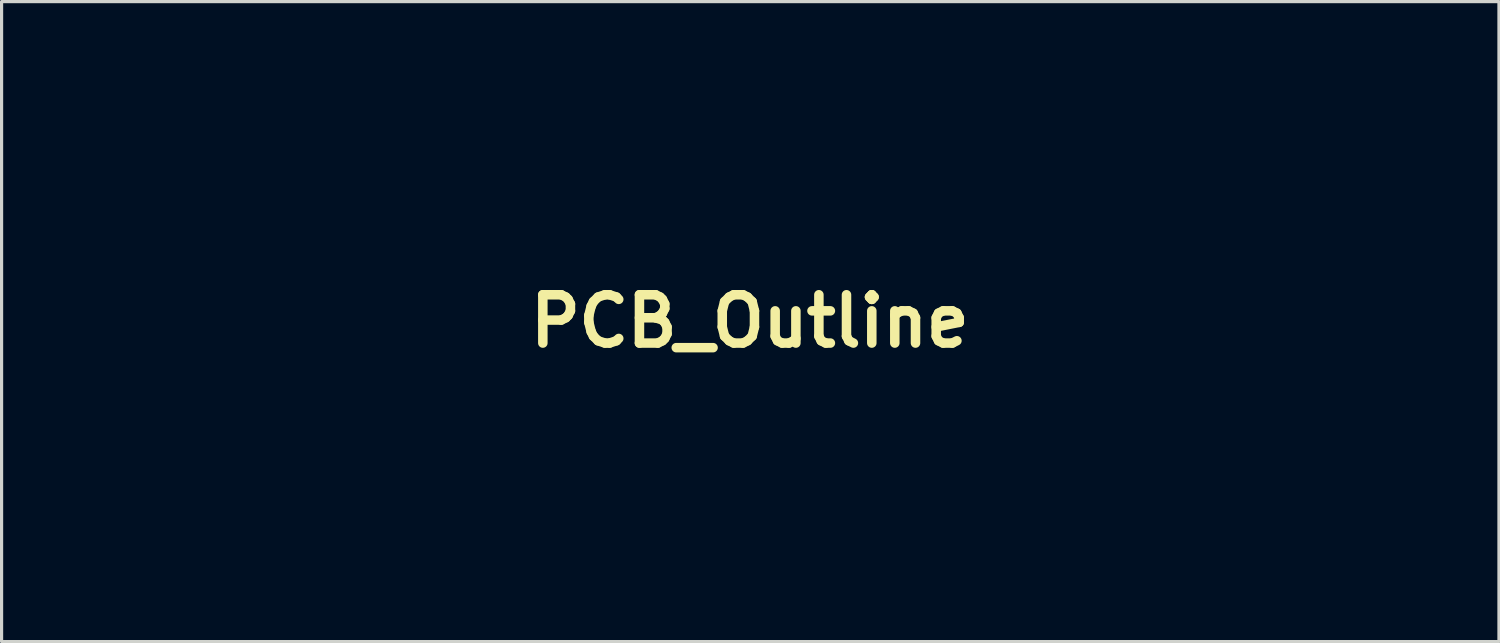
<source format=kicad_pcb>
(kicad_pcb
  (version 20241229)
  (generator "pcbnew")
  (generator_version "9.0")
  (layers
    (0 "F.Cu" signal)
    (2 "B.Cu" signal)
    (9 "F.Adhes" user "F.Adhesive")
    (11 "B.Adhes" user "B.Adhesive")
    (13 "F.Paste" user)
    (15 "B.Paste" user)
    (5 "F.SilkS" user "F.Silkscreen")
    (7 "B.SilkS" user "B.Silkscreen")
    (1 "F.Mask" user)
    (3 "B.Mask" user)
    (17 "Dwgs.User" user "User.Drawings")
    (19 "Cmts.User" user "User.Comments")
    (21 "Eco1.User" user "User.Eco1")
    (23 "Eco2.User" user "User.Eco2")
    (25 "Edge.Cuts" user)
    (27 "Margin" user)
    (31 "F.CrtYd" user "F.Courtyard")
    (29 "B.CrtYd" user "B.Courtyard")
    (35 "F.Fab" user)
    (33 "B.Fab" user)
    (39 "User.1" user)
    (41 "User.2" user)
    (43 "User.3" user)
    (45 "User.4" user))
  (footprint "PCB_Outline"
    (layer "F.Cu")
    (at 20.606 7.083)
    (property "Reference" "PCB_Outline" (at 0 0 0) (layer "F.SilkS") (effects (font (size 1.524 1.524) (thickness 0.3))))
    (attr through_hole)
    (fp_poly (pts (xy 11.119 -7.071) (xy 12.033 -7.065) (xy 12.04 -4.841) (xy 12.046 -2.618) (xy 14.009 -2.618) (xy 14.009 -7.077) (xy 15.827 -7.077) (xy 15.827 -2.618) (xy 17.814 -2.618) (xy 17.814 -7.077) (xy 20.625 -7.077) (xy 20.625 -3.114) (xy 20.466 -3.068) (xy 20.273 -2.991) (xy 20.087 -2.874) (xy 19.922 -2.726) (xy 19.919 -2.723) (xy 19.8 -2.581) (xy 19.711 -2.44) (xy 19.641 -2.281) (xy 19.62 -2.22) (xy 19.594 -2.137) (xy 19.576 -2.061) (xy 19.566 -1.978) (xy 19.561 -1.876) (xy 19.559 -1.741) (xy 19.559 -1.716) (xy 19.563 -1.514) (xy 19.577 -1.355) (xy 19.596 -1.249) (xy 19.673 -1.039) (xy 19.789 -0.842) (xy 19.936 -0.664) (xy 20.108 -0.513) (xy 20.297 -0.395) (xy 20.496 -0.318) (xy 20.51 -0.314) (xy 20.625 -0.285) (xy 20.625 6.982) (xy 20.561 7.042) (xy 20.497 7.101) (xy 4.401 7.101) (xy 3.313 7.1) (xy 2.271 7.1) (xy 1.276 7.1) (xy 0.327 7.1) (xy -0.578 7.1) (xy -1.439 7.1) (xy -2.257 7.099) (xy -3.033 7.099) (xy -3.769 7.099) (xy -4.465 7.098) (xy -5.122 7.098) (xy -5.741 7.097) (xy -6.324 7.097) (xy -6.87 7.096) (xy -7.381 7.096) (xy -7.858 7.095) (xy -8.302 7.094) (xy -8.714 7.094) (xy -9.095 7.093) (xy -9.446 7.092) (xy -9.767 7.091) (xy -10.06 7.09) (xy -10.326 7.089) (xy -10.565 7.087) (xy -10.779 7.086) (xy -10.969 7.085) (xy -11.135 7.083) (xy -11.279 7.082) (xy -11.401 7.08) (xy -11.502 7.079) (xy -11.584 7.077) (xy -11.647 7.075) (xy -11.693 7.073) (xy -11.721 7.071) (xy -11.734 7.069) (xy -11.735 7.069) (xy -11.753 7.047) (xy -11.799 6.989) (xy -11.873 6.895) (xy -11.972 6.767) (xy -12.096 6.606) (xy -12.244 6.415) (xy -12.415 6.194) (xy -12.607 5.945) (xy -12.819 5.67) (xy -13.051 5.37) (xy -13.3 5.046) (xy -13.566 4.7) (xy -13.848 4.334) (xy -13.974 4.17) (xy -0.138 4.17) (xy -0.106 4.307) (xy -0.041 4.431) (xy 0.055 4.533) (xy 0.158 4.595) (xy 0.255 4.621) (xy 0.376 4.628) (xy 0.499 4.619) (xy 0.604 4.592) (xy 0.627 4.582) (xy 0.754 4.493) (xy 0.845 4.38) (xy 0.9 4.251) (xy 0.919 4.113) (xy 0.911 4.047) (xy 2.155 4.047) (xy 2.156 4.197) (xy 2.192 4.326) (xy 2.267 4.458) (xy 2.368 4.55) (xy 2.497 4.605) (xy 2.657 4.624) (xy 2.707 4.623) (xy 2.808 4.616) (xy 2.881 4.601) (xy 2.942 4.571) (xy 2.984 4.544) (xy 3.059 4.476) (xy 3.126 4.393) (xy 3.145 4.363) (xy 3.177 4.294) (xy 3.193 4.228) (xy 3.195 4.173) (xy 4.444 4.173) (xy 4.483 4.323) (xy 4.558 4.453) (xy 4.664 4.553) (xy 4.738 4.595) (xy 4.821 4.617) (xy 4.93 4.627) (xy 5.046 4.624) (xy 5.147 4.61) (xy 5.193 4.596) (xy 5.315 4.521) (xy 5.407 4.414) (xy 5.468 4.286) (xy 5.496 4.146) (xy 5.494 4.108) (xy 6.75 4.108) (xy 6.751 4.211) (xy 6.759 4.282) (xy 6.775 4.335) (xy 6.804 4.386) (xy 6.823 4.413) (xy 6.925 4.519) (xy 7.055 4.591) (xy 7.201 4.628) (xy 7.352 4.627) (xy 7.499 4.584) (xy 7.501 4.583) (xy 7.622 4.504) (xy 7.71 4.396) (xy 7.765 4.269) (xy 7.787 4.131) (xy 7.785 4.104) (xy 9.018 4.104) (xy 9.035 4.243) (xy 9.089 4.375) (xy 9.179 4.491) (xy 9.304 4.582) (xy 9.366 4.609) (xy 9.438 4.622) (xy 9.537 4.624) (xy 9.576 4.623) (xy 9.679 4.617) (xy 9.751 4.604) (xy 9.811 4.579) (xy 9.86 4.548) (xy 9.966 4.446) (xy 10.038 4.322) (xy 10.074 4.182) (xy 10.074 4.038) (xy 10.04 3.899) (xy 9.969 3.773) (xy 9.864 3.671) (xy 9.86 3.669) (xy 9.747 3.616) (xy 9.612 3.589) (xy 9.472 3.589) (xy 9.346 3.618) (xy 9.314 3.632) (xy 9.186 3.721) (xy 9.094 3.835) (xy 9.038 3.965) (xy 9.018 4.104) (xy 7.785 4.104) (xy 7.775 3.991) (xy 7.728 3.858) (xy 7.646 3.741) (xy 7.566 3.672) (xy 7.499 3.631) (xy 7.433 3.608) (xy 7.349 3.595) (xy 7.288 3.592) (xy 7.186 3.59) (xy 7.112 3.598) (xy 7.047 3.62) (xy 7.004 3.642) (xy 6.922 3.699) (xy 6.845 3.774) (xy 6.823 3.803) (xy 6.786 3.859) (xy 6.765 3.909) (xy 6.754 3.97) (xy 6.75 4.056) (xy 6.75 4.108) (xy 5.494 4.108) (xy 5.488 4.004) (xy 5.444 3.869) (xy 5.376 3.767) (xy 5.262 3.666) (xy 5.131 3.607) (xy 4.977 3.587) (xy 4.969 3.587) (xy 4.809 3.609) (xy 4.671 3.67) (xy 4.561 3.764) (xy 4.484 3.887) (xy 4.444 4.032) (xy 4.444 4.173) (xy 3.195 4.173) (xy 3.197 4.145) (xy 3.195 4.079) (xy 3.186 3.977) (xy 3.17 3.904) (xy 3.14 3.841) (xy 3.114 3.802) (xy 3.046 3.727) (xy 2.963 3.66) (xy 2.933 3.642) (xy 2.864 3.61) (xy 2.798 3.593) (xy 2.715 3.589) (xy 2.649 3.592) (xy 2.547 3.6) (xy 2.473 3.617) (xy 2.409 3.648) (xy 2.371 3.672) (xy 2.266 3.773) (xy 2.193 3.902) (xy 2.155 4.047) (xy 0.911 4.047) (xy 0.902 3.975) (xy 0.848 3.844) (xy 0.759 3.729) (xy 0.634 3.638) (xy 0.623 3.632) (xy 0.504 3.594) (xy 0.366 3.586) (xy 0.227 3.605) (xy 0.106 3.651) (xy 0.077 3.669) (xy -0.03 3.769) (xy -0.1 3.892) (xy -0.136 4.029) (xy -0.138 4.17) (xy -13.974 4.17) (xy -14.144 3.949) (xy -14.453 3.546) (xy -14.775 3.128) (xy -15.108 2.695) (xy -15.235 2.529) (xy -14.032 2.529) (xy -14.03 2.663) (xy -14.026 2.789) (xy -14.018 2.894) (xy -14.01 2.966) (xy -14.008 2.976) (xy -13.94 3.174) (xy -13.831 3.366) (xy -13.69 3.544) (xy -13.525 3.698) (xy -13.343 3.818) (xy -13.304 3.838) (xy -13.1 3.92) (xy -12.908 3.961) (xy -12.715 3.964) (xy -12.552 3.94) (xy -12.325 3.868) (xy -12.116 3.753) (xy -11.929 3.6) (xy -11.768 3.413) (xy -11.639 3.197) (xy -11.587 3.078) (xy -11.564 3.014) (xy -11.548 2.956) (xy -11.537 2.892) (xy -11.53 2.813) (xy -11.528 2.709) (xy -11.527 2.568) (xy -11.527 2.533) (xy -11.528 2.38) (xy -11.531 2.266) (xy -11.537 2.179) (xy -11.546 2.121) (xy -8.409 2.121) (xy -8.39 2.351) (xy -8.333 2.557) (xy -8.233 2.745) (xy -8.102 2.91) (xy -7.996 3.006) (xy -7.869 3.096) (xy -7.735 3.17) (xy -7.609 3.219) (xy -7.562 3.23) (xy -7.438 3.243) (xy -7.293 3.245) (xy -7.145 3.237) (xy -7.011 3.22) (xy -6.934 3.202) (xy -6.727 3.113) (xy -6.547 2.989) (xy -6.398 2.833) (xy -6.282 2.651) (xy -6.201 2.45) (xy -6.16 2.235) (xy -6.161 2.119) (xy -1.287 2.119) (xy -1.274 2.256) (xy -1.229 2.385) (xy -1.15 2.497) (xy -1.038 2.583) (xy -1.03 2.587) (xy -0.903 2.642) (xy -0.787 2.662) (xy -0.663 2.649) (xy -0.588 2.629) (xy -0.458 2.567) (xy -0.351 2.467) (xy -0.273 2.339) (xy -0.242 2.24) (xy -0.235 2.142) (xy 1.003 2.142) (xy 1.022 2.285) (xy 1.064 2.391) (xy 1.158 2.511) (xy 1.281 2.597) (xy 1.422 2.646) (xy 1.573 2.656) (xy 1.725 2.623) (xy 1.79 2.595) (xy 1.907 2.51) (xy 1.992 2.398) (xy 2.043 2.267) (xy 2.053 2.178) (xy 3.301 2.178) (xy 3.332 2.335) (xy 3.403 2.463) (xy 3.513 2.563) (xy 3.654 2.632) (xy 3.752 2.658) (xy 3.845 2.661) (xy 3.953 2.641) (xy 3.99 2.63) (xy 4.124 2.568) (xy 4.228 2.474) (xy 4.302 2.358) (xy 4.343 2.227) (xy 4.351 2.094) (xy 5.585 2.094) (xy 5.599 2.252) (xy 5.609 2.286) (xy 5.671 2.423) (xy 5.768 2.532) (xy 5.889 2.608) (xy 6.027 2.65) (xy 6.174 2.654) (xy 6.321 2.617) (xy 6.381 2.588) (xy 6.497 2.498) (xy 6.58 2.382) (xy 6.628 2.248) (xy 6.641 2.107) (xy 7.88 2.107) (xy 7.89 2.247) (xy 7.933 2.378) (xy 8.006 2.491) (xy 8.111 2.577) (xy 8.126 2.585) (xy 8.254 2.64) (xy 8.368 2.662) (xy 8.487 2.651) (xy 8.569 2.63) (xy 8.714 2.565) (xy 8.823 2.468) (xy 8.895 2.34) (xy 8.924 2.203) (xy 16.596 2.203) (xy 16.632 2.426) (xy 16.71 2.633) (xy 16.827 2.82) (xy 16.98 2.982) (xy 17.164 3.113) (xy 17.365 3.204) (xy 17.495 3.234) (xy 17.653 3.247) (xy 17.822 3.244) (xy 17.983 3.224) (xy 18.088 3.199) (xy 18.287 3.113) (xy 18.464 2.987) (xy 18.613 2.828) (xy 18.73 2.641) (xy 18.81 2.431) (xy 18.84 2.287) (xy 18.85 2.058) (xy 18.815 1.839) (xy 18.738 1.634) (xy 18.624 1.448) (xy 18.475 1.287) (xy 18.296 1.156) (xy 18.089 1.06) (xy 17.995 1.031) (xy 17.782 1) (xy 17.563 1.011) (xy 17.347 1.063) (xy 17.144 1.152) (xy 16.964 1.276) (xy 16.932 1.304) (xy 16.815 1.441) (xy 16.717 1.61) (xy 16.643 1.797) (xy 16.605 1.971) (xy 16.596 2.203) (xy 8.924 2.203) (xy 8.928 2.185) (xy 8.93 2.133) (xy 8.91 1.971) (xy 8.851 1.832) (xy 8.757 1.722) (xy 8.634 1.645) (xy 8.484 1.607) (xy 8.461 1.605) (xy 8.304 1.609) (xy 8.171 1.649) (xy 8.053 1.729) (xy 8.053 1.729) (xy 7.961 1.839) (xy 7.903 1.968) (xy 7.88 2.107) (xy 6.641 2.107) (xy 6.641 2.106) (xy 6.617 1.965) (xy 6.556 1.834) (xy 6.473 1.737) (xy 6.357 1.655) (xy 6.231 1.612) (xy 6.083 1.604) (xy 6.052 1.607) (xy 5.9 1.642) (xy 5.774 1.715) (xy 5.676 1.819) (xy 5.611 1.948) (xy 5.585 2.094) (xy 4.351 2.094) (xy 4.351 2.089) (xy 4.325 1.952) (xy 4.263 1.825) (xy 4.164 1.716) (xy 4.13 1.69) (xy 4.017 1.635) (xy 3.881 1.605) (xy 3.742 1.604) (xy 3.648 1.624) (xy 3.514 1.692) (xy 3.409 1.795) (xy 3.336 1.926) (xy 3.302 2.078) (xy 3.301 2.178) (xy 2.053 2.178) (xy 2.059 2.126) (xy 2.041 1.985) (xy 1.986 1.852) (xy 1.894 1.738) (xy 1.884 1.729) (xy 1.766 1.649) (xy 1.634 1.609) (xy 1.477 1.604) (xy 1.476 1.605) (xy 1.323 1.638) (xy 1.193 1.714) (xy 1.089 1.83) (xy 1.067 1.867) (xy 1.018 1.997) (xy 1.003 2.142) (xy -0.235 2.142) (xy -0.231 2.083) (xy -0.261 1.94) (xy -0.327 1.817) (xy -0.421 1.717) (xy -0.539 1.645) (xy -0.675 1.606) (xy -0.821 1.604) (xy -0.972 1.644) (xy -1.014 1.663) (xy -1.131 1.745) (xy -1.215 1.855) (xy -1.268 1.982) (xy -1.287 2.119) (xy -6.161 2.119) (xy -6.161 2.01) (xy -6.193 1.831) (xy -6.272 1.619) (xy -6.389 1.432) (xy -6.538 1.274) (xy -6.713 1.149) (xy -6.91 1.058) (xy -7.123 1.007) (xy -7.347 0.998) (xy -7.518 1.02) (xy -7.739 1.09) (xy -7.935 1.198) (xy -8.102 1.341) (xy -8.237 1.513) (xy -8.335 1.71) (xy -8.394 1.928) (xy -8.409 2.121) (xy -11.546 2.121) (xy -11.548 2.111) (xy -11.564 2.051) (xy -11.581 2.001) (xy -11.674 1.8) (xy -11.801 1.622) (xy -11.926 1.493) (xy -12.119 1.344) (xy -12.33 1.235) (xy -12.553 1.167) (xy -12.782 1.14) (xy -13.01 1.154) (xy -13.231 1.212) (xy -13.438 1.312) (xy -13.465 1.329) (xy -13.606 1.433) (xy -13.718 1.544) (xy -13.818 1.68) (xy -13.851 1.733) (xy -13.921 1.861) (xy -13.971 1.984) (xy -14.005 2.114) (xy -14.024 2.263) (xy -14.032 2.442) (xy -14.032 2.529) (xy -15.235 2.529) (xy -15.45 2.249) (xy -15.801 1.791) (xy -16.16 1.324) (xy -16.189 1.287) (xy -17.072 0.136) (xy -0.147 0.136) (xy -0.13 0.278) (xy -0.073 0.414) (xy 0.008 0.518) (xy 0.136 0.614) (xy 0.28 0.667) (xy 0.433 0.675) (xy 0.586 0.637) (xy 0.605 0.628) (xy 0.709 0.574) (xy 0.781 0.514) (xy 0.836 0.434) (xy 0.851 0.406) (xy 0.905 0.254) (xy 0.909 0.199) (xy 2.151 0.199) (xy 2.184 0.345) (xy 2.253 0.47) (xy 2.353 0.57) (xy 2.478 0.64) (xy 2.623 0.674) (xy 2.781 0.667) (xy 2.842 0.653) (xy 2.972 0.593) (xy 3.078 0.496) (xy 3.153 0.371) (xy 3.194 0.224) (xy 3.199 0.145) (xy 3.192 0.08) (xy 4.441 0.08) (xy 4.443 0.233) (xy 4.49 0.378) (xy 4.579 0.508) (xy 4.593 0.522) (xy 4.72 0.617) (xy 4.864 0.668) (xy 5.023 0.674) (xy 5.147 0.649) (xy 5.274 0.587) (xy 5.376 0.491) (xy 5.449 0.37) (xy 5.49 0.232) (xy 5.493 0.145) (xy 6.738 0.145) (xy 6.759 0.303) (xy 6.819 0.439) (xy 6.91 0.548) (xy 7.026 0.626) (xy 7.161 0.67) (xy 7.307 0.676) (xy 7.458 0.639) (xy 7.506 0.617) (xy 7.628 0.532) (xy 7.716 0.423) (xy 7.769 0.296) (xy 7.787 0.17) (xy 9.021 0.17) (xy 9.051 0.323) (xy 9.086 0.406) (xy 9.14 0.494) (xy 9.205 0.558) (xy 9.298 0.612) (xy 9.332 0.628) (xy 9.483 0.672) (xy 9.641 0.669) (xy 9.728 0.649) (xy 9.825 0.601) (xy 9.921 0.524) (xy 10.002 0.431) (xy 10.052 0.336) (xy 10.056 0.324) (xy 10.081 0.157) (xy 10.063 0.002) (xy 10.004 -0.135) (xy 9.908 -0.249) (xy 9.782 -0.33) (xy 9.633 -0.379) (xy 9.489 -0.382) (xy 9.343 -0.339) (xy 9.305 -0.321) (xy 9.178 -0.232) (xy 9.087 -0.115) (xy 9.034 0.021) (xy 9.021 0.17) (xy 7.787 0.17) (xy 7.788 0.161) (xy 7.775 0.026) (xy 7.729 -0.103) (xy 7.652 -0.216) (xy 7.544 -0.307) (xy 7.414 -0.364) (xy 7.256 -0.387) (xy 7.107 -0.367) (xy 6.976 -0.307) (xy 6.867 -0.214) (xy 6.788 -0.091) (xy 6.744 0.056) (xy 6.738 0.145) (xy 5.493 0.145) (xy 5.494 0.087) (xy 5.458 -0.056) (xy 5.451 -0.072) (xy 5.399 -0.174) (xy 5.341 -0.244) (xy 5.262 -0.298) (xy 5.199 -0.33) (xy 5.046 -0.379) (xy 4.895 -0.38) (xy 4.742 -0.332) (xy 4.738 -0.33) (xy 4.64 -0.277) (xy 4.571 -0.218) (xy 4.517 -0.138) (xy 4.486 -0.072) (xy 4.441 0.08) (xy 3.192 0.08) (xy 3.184 -0.006) (xy 3.152 -0.094) (xy 3.065 -0.22) (xy 2.955 -0.309) (xy 2.829 -0.364) (xy 2.695 -0.385) (xy 2.561 -0.373) (xy 2.434 -0.329) (xy 2.322 -0.254) (xy 2.232 -0.149) (xy 2.172 -0.016) (xy 2.159 0.037) (xy 2.151 0.199) (xy 0.909 0.199) (xy 0.915 0.101) (xy 0.884 -0.043) (xy 0.813 -0.171) (xy 0.705 -0.276) (xy 0.632 -0.321) (xy 0.483 -0.376) (xy 0.34 -0.384) (xy 0.193 -0.346) (xy 0.155 -0.33) (xy 0.027 -0.246) (xy -0.067 -0.135) (xy -0.125 -0.005) (xy -0.147 0.136) (xy -17.072 0.136) (xy -20.601 -4.464) (xy -20.601 -7.077) (xy -18.396 -7.077) (xy -18.396 -4.993) (xy -16.408 -4.993) (xy -16.408 -7.077) (xy -14.59 -7.077) (xy -14.59 -2.618) (xy -12.603 -2.618) (xy -12.603 -7.077) (xy -10.785 -7.077) (xy -10.785 -2.618) (xy -8.798 -2.618) (xy -8.798 -7.077) (xy -6.98 -7.077) (xy -6.98 -2.618) (xy -4.993 -2.618) (xy -4.993 -7.077) (xy -3.175 -7.077) (xy -3.175 -2.618) (xy -1.188 -2.618) (xy -1.188 -7.077) (xy 0.63 -7.077) (xy 0.63 -2.618) (xy 2.593 -2.618) (xy 2.599 -4.841) (xy 2.605 -7.065) (xy 3.52 -7.071) (xy 4.435 -7.078) (xy 4.435 -2.618) (xy 6.398 -2.618) (xy 6.398 -7.077) (xy 8.24 -7.077) (xy 8.24 -2.618) (xy 10.204 -2.618) (xy 10.204 -7.078) (xy 11.119 -7.071)) (stroke (width 0.01) (type solid)) (fill no) (layer "Eco1.User")))
  (gr_rect
    (start -3 -3)
    (end 44.237 17.189)
    (stroke (width 0.1) (type default))
    (fill no)
    (layer "Edge.Cuts")))
</source>
